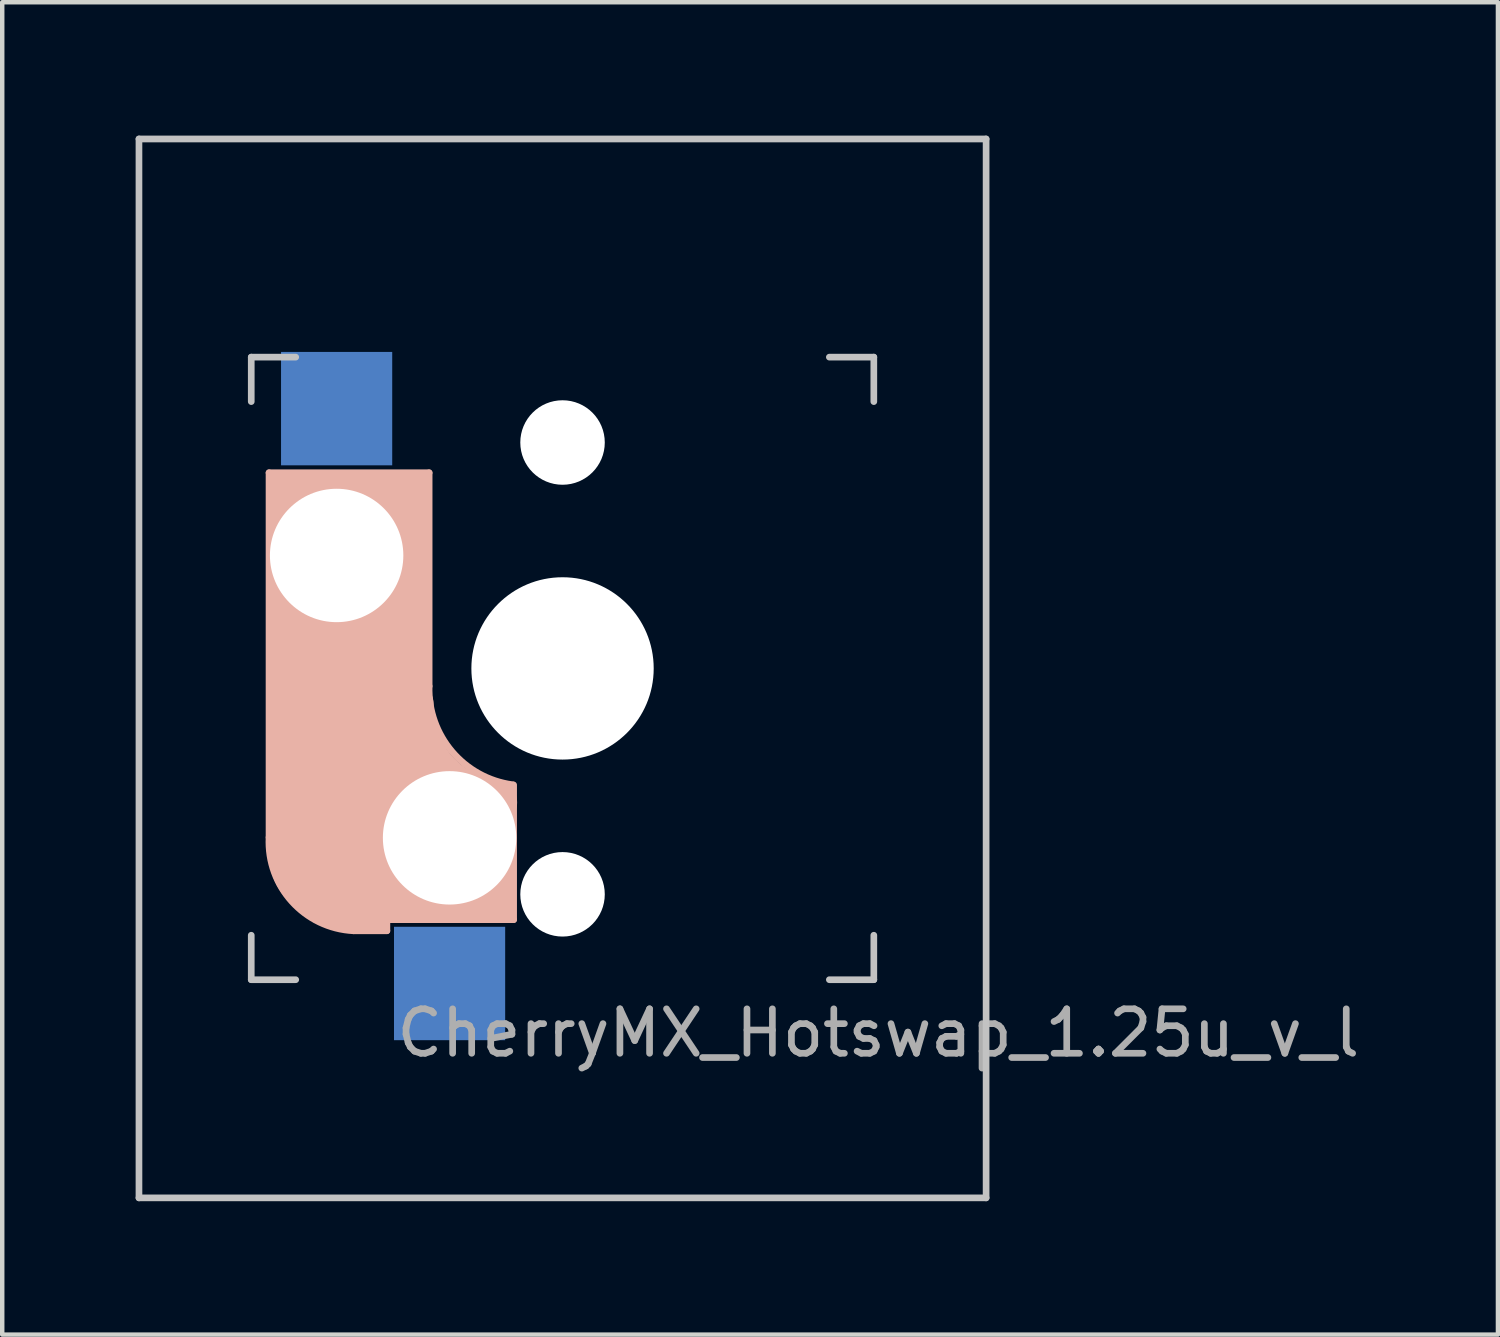
<source format=kicad_pcb>
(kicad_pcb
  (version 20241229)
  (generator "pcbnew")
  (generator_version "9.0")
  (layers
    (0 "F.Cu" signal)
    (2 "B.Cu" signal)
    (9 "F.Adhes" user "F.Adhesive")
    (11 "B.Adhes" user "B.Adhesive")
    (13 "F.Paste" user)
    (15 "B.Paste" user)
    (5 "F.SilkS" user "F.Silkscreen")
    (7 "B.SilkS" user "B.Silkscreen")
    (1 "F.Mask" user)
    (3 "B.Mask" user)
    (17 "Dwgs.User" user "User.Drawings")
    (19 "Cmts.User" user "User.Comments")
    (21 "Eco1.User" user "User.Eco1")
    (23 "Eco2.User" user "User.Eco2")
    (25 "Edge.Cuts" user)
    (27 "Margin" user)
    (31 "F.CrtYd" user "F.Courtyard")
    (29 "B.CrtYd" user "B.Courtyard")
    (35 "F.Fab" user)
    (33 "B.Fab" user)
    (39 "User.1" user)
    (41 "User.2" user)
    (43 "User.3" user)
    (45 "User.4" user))
  (footprint "CherryMX_Hotswap_1.25u_v_l"
    (layer "F.Cu")
    (at 9.6 11.981)
    (property "Reference" "CherryMX_Hotswap_1.25u_v_l" (at 7.1 8.2 0) (layer "F.Fab") (effects (font (size 1 1) (thickness 0.15))))
    (attr through_hole)
    (fp_line (start -6.6 -4.4) (end -6.6 3.8) (stroke (width 0.15) (type solid)) (layer "B.SilkS"))
    (fp_line (start -6.4 -4.25) (end -6.4 -3) (stroke (width 0.4) (type solid)) (layer "B.SilkS"))
    (fp_line (start -6 -3.9) (end -3.5 -3.9) (stroke (width 1) (type solid)) (layer "B.SilkS"))
    (fp_line (start -5.55 5.65) (end -1.1 5.65) (stroke (width 0.15) (type solid)) (layer "B.SilkS"))
    (fp_line (start -5.1 4.17) (end -2.86 4.17) (stroke (width 3) (type solid)) (layer "B.SilkS"))
    (fp_line (start -4.8 -2.6) (end -4.8 4.1) (stroke (width 3.5) (type solid)) (layer "B.SilkS"))
    (fp_line (start -4.7 5.9) (end -3.95 5.9) (stroke (width 0.15) (type solid)) (layer "B.SilkS"))
    (fp_line (start -4.05 5.8) (end -4.7 5.8) (stroke (width 0.3) (type solid)) (layer "B.SilkS"))
    (fp_line (start -4 -4.38) (end -6.25 -4.38) (stroke (width 0.15) (type solid)) (layer "B.SilkS"))
    (fp_line (start -3.95 5.9) (end -3.95 5.7) (stroke (width 0.15) (type solid)) (layer "B.SilkS"))
    (fp_line (start -3.25 -4.2) (end -3.3 -2.9) (stroke (width 0.5) (type solid)) (layer "B.SilkS"))
    (fp_line (start -3 -4.4) (end -6.6 -4.4) (stroke (width 0.15) (type solid)) (layer "B.SilkS"))
    (fp_line (start -3 0.4) (end -3 -4.4) (stroke (width 0.15) (type solid)) (layer "B.SilkS"))
    (fp_line (start -1.6 5.3) (end -3.4 5.3) (stroke (width 0.8) (type solid)) (layer "B.SilkS"))
    (fp_line (start -1.3 5.45) (end -1.3 3) (stroke (width 0.5) (type solid)) (layer "B.SilkS"))
    (fp_line (start -1.1 5.65) (end -1.1 2.62) (stroke (width 0.15) (type solid)) (layer "B.SilkS"))
    (fp_arc (start -4.699999 5.9) (mid -6.084924 5.243504) (end -6.6 3.800001) (stroke (width 0.15) (type solid)) (layer "B.SilkS"))
    (fp_arc (start -1.521471 3.016318) (mid -2.886118 2.268709) (end -3.4 0.8) (stroke (width 1) (type solid)) (layer "B.SilkS"))
    (fp_arc (start -1.121471 2.616318) (mid -2.486118 1.868709) (end -3 0.4) (stroke (width 0.15) (type solid)) (layer "B.SilkS"))
    (fp_line (start -9.525 -11.906) (end 9.525 -11.906) (stroke (width 0.15) (type solid)) (layer "Dwgs.User"))
    (fp_line (start -9.525 11.906) (end -9.525 -11.906) (stroke (width 0.15) (type solid)) (layer "Dwgs.User"))
    (fp_line (start -7 -7) (end -7 -6) (stroke (width 0.15) (type solid)) (layer "Dwgs.User"))
    (fp_line (start -7 -7) (end -6 -7) (stroke (width 0.15) (type solid)) (layer "Dwgs.User"))
    (fp_line (start -7 7) (end -7 6) (stroke (width 0.15) (type solid)) (layer "Dwgs.User"))
    (fp_line (start -6 7) (end -7 7) (stroke (width 0.15) (type solid)) (layer "Dwgs.User"))
    (fp_line (start 6 7) (end 7 7) (stroke (width 0.15) (type solid)) (layer "Dwgs.User"))
    (fp_line (start 7 -7) (end 6 -7) (stroke (width 0.15) (type solid)) (layer "Dwgs.User"))
    (fp_line (start 7 -6) (end 7 -7) (stroke (width 0.15) (type solid)) (layer "Dwgs.User"))
    (fp_line (start 7 7) (end 7 6) (stroke (width 0.15) (type solid)) (layer "Dwgs.User"))
    (fp_line (start 9.525 -11.906) (end 9.525 11.906) (stroke (width 0.15) (type solid)) (layer "Dwgs.User"))
    (fp_line (start 9.525 11.906) (end -9.525 11.906) (stroke (width 0.15) (type solid)) (layer "Dwgs.User"))
    (pad "" np_thru_hole circle (at -5.08 -2.54 90) (size 3 3) (drill 3) (layers "*.Cu" "*.Mask"))
    (pad "" np_thru_hole circle (at -2.54 3.81 90) (size 3 3) (drill 3) (layers "*.Cu" "*.Mask"))
    (pad "" np_thru_hole circle (at 0 -5.08 90) (size 1.9 1.9) (drill 1.9) (layers "*.Cu" "*.Mask"))
    (pad "" np_thru_hole circle (at 0 0 180) (size 4.1 4.1) (drill 4.1) (layers "*.Cu" "*.Mask"))
    (pad "" np_thru_hole circle (at 0 5.08 90) (size 1.9 1.9) (drill 1.9) (layers "*.Cu" "*.Mask"))
    (pad "1" smd rect (at -2.54 7.085 270) (size 2.55 2.5) (layers "B.Cu" "B.Mask" "B.Paste"))
    (pad "2" smd rect (at -5.08 -5.842 270) (size 2.55 2.5) (layers "B.Cu" "B.Mask" "B.Paste")))
  (gr_rect
    (start -3 -3)
    (end 30.635 26.962)
    (stroke (width 0.1) (type default))
    (fill no)
    (layer "Edge.Cuts")))
</source>
